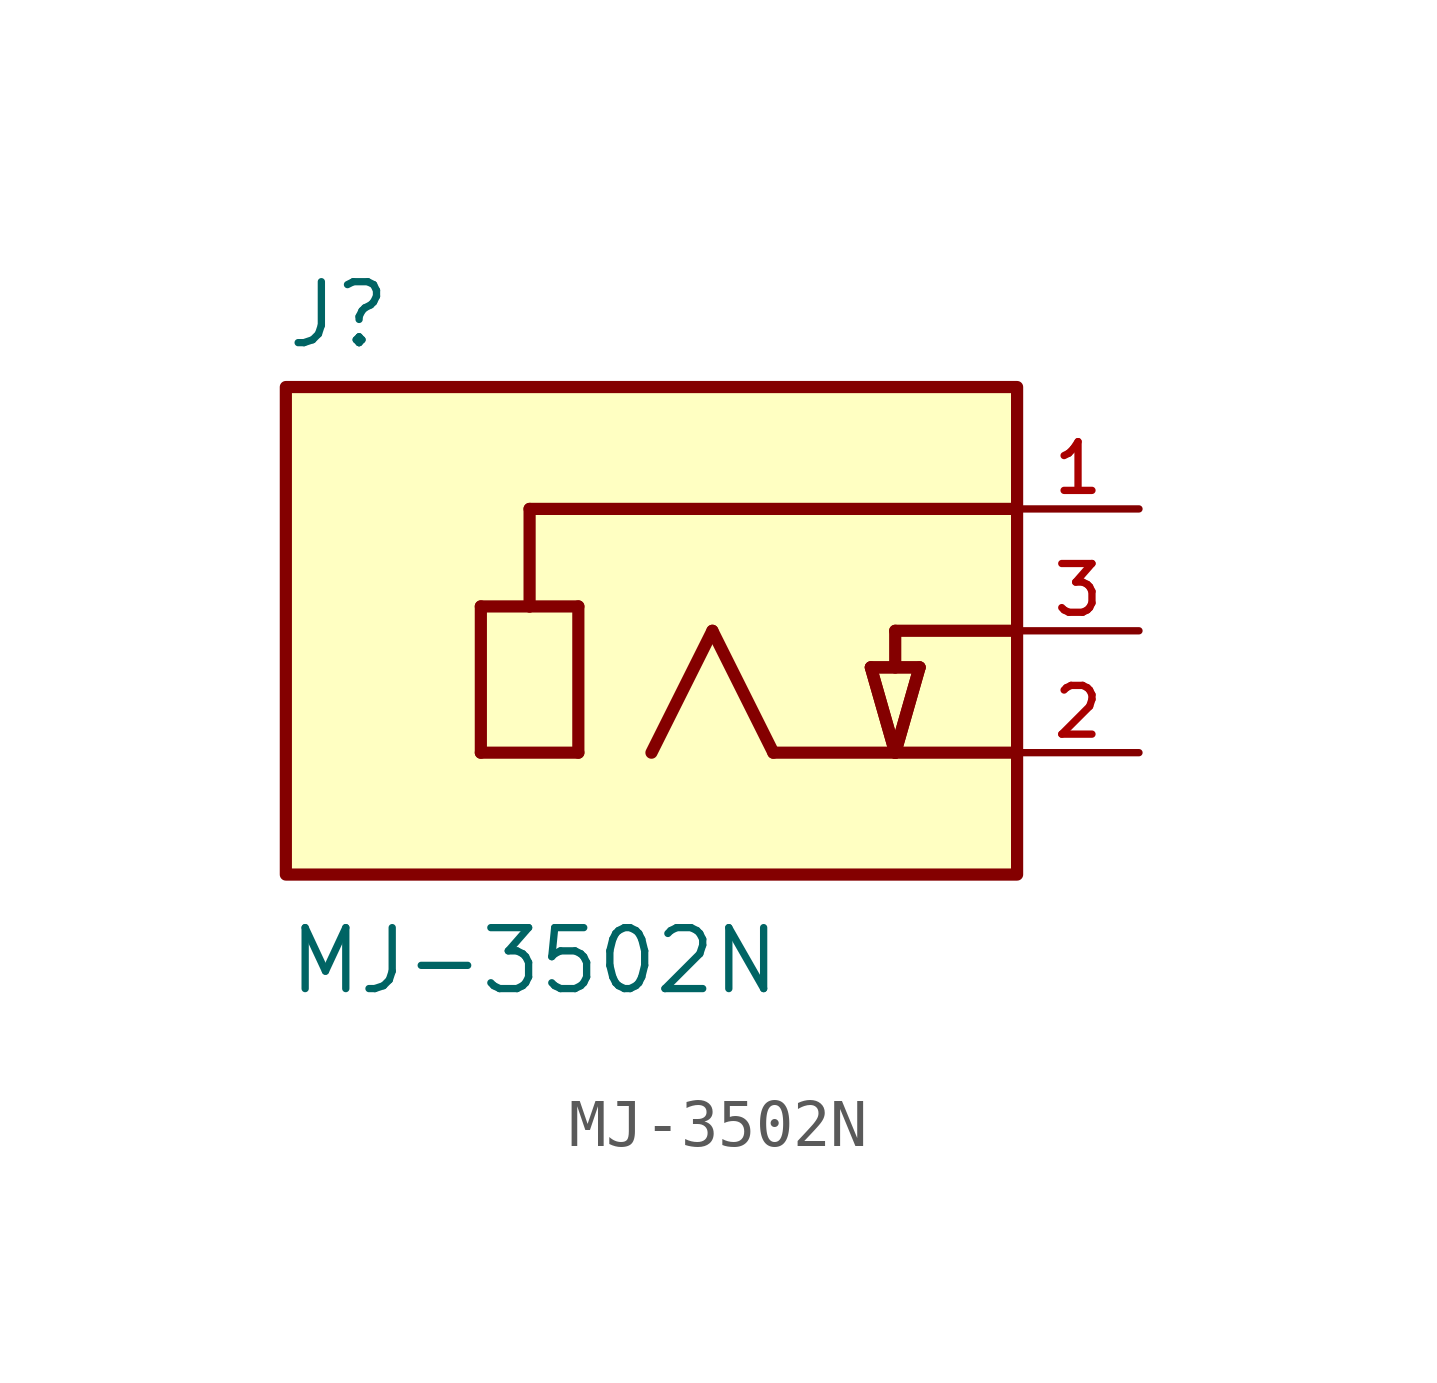
<source format=kicad_sym>
(kicad_symbol_lib
  (version 20211014)
  (generator kicad_symbol_editor)
  (symbol "MJ-3502N"
    (pin_names
      (offset 1.016) hide)
    (property "Reference" "J"
      (at -7.645 5.842 0)
      (effects (font (size 1.27 1.27)) (justify left bottom)))
    (property "Value" "MJ-3502N"
      (at -7.62 -7.62 0)
      (effects (font (size 1.27 1.27)) (justify left bottom)))
    (property "ki_locked" ""
      (at 0 0 0)
      (effects (font (size 1.27 1.27))))
    (symbol "MJ-3502N_0_0"
      (rectangle (start -7.62 -5.08) (end 7.62 5.08) (stroke (width 0.254) (type default) (color 0 0 0 0)) (fill (type background)))
      (polyline (pts (xy -3.556 -2.54) (xy -1.524 -2.54)) (stroke (width 0.254) (type default) (color 0 0 0 0)) (fill (type none)))
      (polyline (pts (xy -3.556 0.508) (xy -3.556 -2.54)) (stroke (width 0.254) (type default) (color 0 0 0 0)) (fill (type none)))
      (polyline (pts (xy -2.54 0.508) (xy -3.556 0.508)) (stroke (width 0.254) (type default) (color 0 0 0 0)) (fill (type none)))
      (polyline (pts (xy -2.54 0.508) (xy -2.54 2.54)) (stroke (width 0.254) (type default) (color 0 0 0 0)) (fill (type none)))
      (polyline (pts (xy -2.54 2.54) (xy 7.62 2.54)) (stroke (width 0.254) (type default) (color 0 0 0 0)) (fill (type none)))
      (polyline (pts (xy -1.524 -2.54) (xy -1.524 0.508)) (stroke (width 0.254) (type default) (color 0 0 0 0)) (fill (type none)))
      (polyline (pts (xy -1.524 0.508) (xy -2.54 0.508)) (stroke (width 0.254) (type default) (color 0 0 0 0)) (fill (type none)))
      (polyline (pts (xy 0 -2.54) (xy 1.27 0)) (stroke (width 0.254) (type default) (color 0 0 0 0)) (fill (type none)))
      (polyline (pts (xy 1.27 0) (xy 2.54 -2.54)) (stroke (width 0.254) (type default) (color 0 0 0 0)) (fill (type none)))
      (polyline (pts (xy 2.54 -2.54) (xy 5.08 -2.54)) (stroke (width 0.254) (type default) (color 0 0 0 0)) (fill (type none)))
      (polyline (pts (xy 4.572 -0.762) (xy 5.08 -2.54)) (stroke (width 0.254) (type default) (color 0 0 0 0)) (fill (type none)))
      (polyline (pts (xy 5.08 -2.54) (xy 5.588 -0.762)) (stroke (width 0.254) (type default) (color 0 0 0 0)) (fill (type none)))
      (polyline (pts (xy 5.08 -2.54) (xy 7.62 -2.54)) (stroke (width 0.254) (type default) (color 0 0 0 0)) (fill (type none)))
      (polyline (pts (xy 5.08 -0.762) (xy 4.572 -0.762)) (stroke (width 0.254) (type default) (color 0 0 0 0)) (fill (type none)))
      (polyline (pts (xy 5.08 0) (xy 5.08 -0.762)) (stroke (width 0.254) (type default) (color 0 0 0 0)) (fill (type none)))
      (polyline (pts (xy 5.588 -0.762) (xy 5.08 -0.762)) (stroke (width 0.254) (type default) (color 0 0 0 0)) (fill (type none)))
      (polyline (pts (xy 7.62 0) (xy 5.08 0)) (stroke (width 0.254) (type default) (color 0 0 0 0)) (fill (type none)))
      (polyline (pts (xy 5.588 -0.762) (xy 4.572 -0.762) (xy 5.08 -2.54) (xy 5.588 -0.762)) (stroke (width 0.254) (type default) (color 0 0 0 0)) (fill (type background)))
      (pin passive line (at 10.16 2.54 180) (length 2.54) (name "~" (effects (font (size 1.016 1.016)))) (number "1" (effects (font (size 1.016 1.016)))))
      (pin passive line (at 10.16 -2.54 180) (length 2.54) (name "~" (effects (font (size 1.016 1.016)))) (number "2" (effects (font (size 1.016 1.016)))))
      (pin passive line (at 10.16 0 180) (length 2.54) (name "~" (effects (font (size 1.016 1.016)))) (number "3" (effects (font (size 1.016 1.016))))))))
</source>
